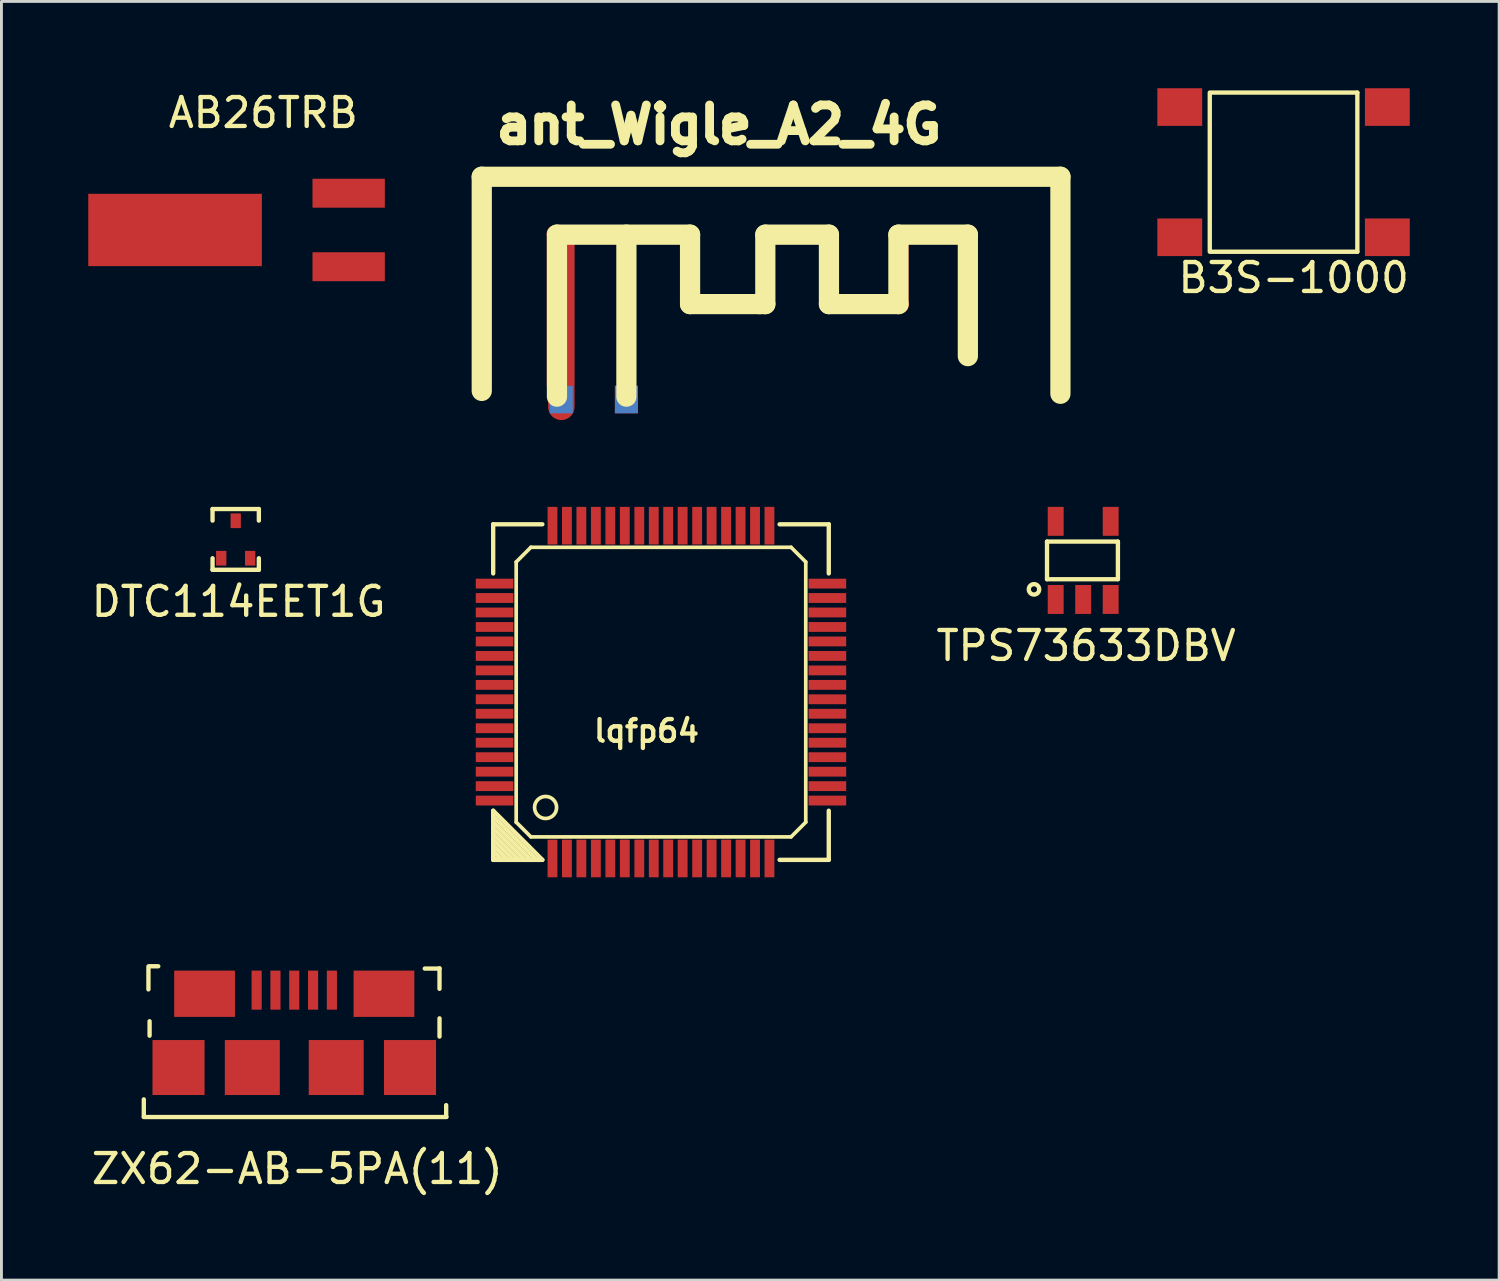
<source format=kicad_pcb>
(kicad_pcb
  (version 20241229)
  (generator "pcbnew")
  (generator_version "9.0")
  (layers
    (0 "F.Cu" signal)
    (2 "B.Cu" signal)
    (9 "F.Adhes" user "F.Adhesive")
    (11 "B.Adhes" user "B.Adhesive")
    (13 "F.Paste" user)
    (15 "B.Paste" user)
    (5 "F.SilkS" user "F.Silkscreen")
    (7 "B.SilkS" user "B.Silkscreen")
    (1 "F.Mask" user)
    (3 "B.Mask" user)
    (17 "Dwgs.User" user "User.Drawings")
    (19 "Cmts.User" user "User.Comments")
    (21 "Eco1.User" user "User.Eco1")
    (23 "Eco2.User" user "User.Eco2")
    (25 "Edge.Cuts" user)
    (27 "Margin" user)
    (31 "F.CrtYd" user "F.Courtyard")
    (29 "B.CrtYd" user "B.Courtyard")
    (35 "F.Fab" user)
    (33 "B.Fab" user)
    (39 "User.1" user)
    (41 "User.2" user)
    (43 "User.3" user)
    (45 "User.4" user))
  (footprint "ant_Wigle_A2_4G"
    (layer "F.Cu")
    (at 18.599 10.259)
    (property "Reference" "ant_Wigle_A2_4G" (at 3.2 -8.999 0) (layer "F.SilkS") (effects (font (size 1.24 1.24) (thickness 0.305))))
    (attr through_hole)
    (fp_line (start -2.499 -5.25) (end -2.499 0) (stroke (width 0.508) (type solid)) (layer "F.Cu"))
    (fp_line (start -2.499 -5.25) (end 2.25 -5.25) (stroke (width 0.508) (type solid)) (layer "F.Cu"))
    (fp_line (start -2.248 -4.999) (end -2.248 0.752) (stroke (width 0.914) (type solid)) (layer "F.Cu"))
    (fp_line (start 0 -4.501) (end 0 -5.25) (stroke (width 0.508) (type solid)) (layer "F.Cu"))
    (fp_line (start 0 0.5) (end 0 -4.501) (stroke (width 0.508) (type solid)) (layer "F.Cu"))
    (fp_line (start 2.25 -5.25) (end 2.25 -2.751) (stroke (width 0.508) (type solid)) (layer "F.Cu"))
    (fp_line (start 2.25 -2.751) (end 4.75 -2.751) (stroke (width 0.508) (type solid)) (layer "F.Cu"))
    (fp_line (start 4.75 -5.25) (end 7 -5.25) (stroke (width 0.508) (type solid)) (layer "F.Cu"))
    (fp_line (start 4.75 -2.751) (end 4.75 -5.25) (stroke (width 0.508) (type solid)) (layer "F.Cu"))
    (fp_line (start 7 -5.253) (end 7 -2.753) (stroke (width 0.508) (type solid)) (layer "F.Cu"))
    (fp_line (start 7.498 -2.753) (end 9.5 -2.753) (stroke (width 0.508) (type solid)) (layer "F.Cu"))
    (fp_line (start 7.498 -2.751) (end 6.998 -2.751) (stroke (width 0.508) (type solid)) (layer "F.Cu"))
    (fp_line (start 9.5 -5.253) (end 11.75 -5.253) (stroke (width 0.508) (type solid)) (layer "F.Cu"))
    (fp_line (start 9.5 -2.751) (end 9.5 -5.25) (stroke (width 0.508) (type solid)) (layer "F.Cu"))
    (fp_line (start 11.75 -5.25) (end 11.75 -2.751) (stroke (width 0.508) (type solid)) (layer "F.Cu"))
    (fp_line (start 11.75 -1.001) (end 11.75 -2.751) (stroke (width 0.508) (type solid)) (layer "F.Cu"))
    (fp_line (start -4.999 0.201) (end -4.999 -7.201) (stroke (width 0.699) (type solid)) (layer "F.SilkS"))
    (fp_line (start -2.4 -5.199) (end 2.2 -5.199) (stroke (width 0.699) (type solid)) (layer "F.SilkS"))
    (fp_line (start -2.4 0.399) (end -2.4 -5.199) (stroke (width 0.699) (type solid)) (layer "F.SilkS"))
    (fp_line (start 0 0.399) (end 0 -5.199) (stroke (width 0.699) (type solid)) (layer "F.SilkS"))
    (fp_line (start 2.2 -5.199) (end 2.2 -2.799) (stroke (width 0.699) (type solid)) (layer "F.SilkS"))
    (fp_line (start 2.2 -2.799) (end 4.6 -2.799) (stroke (width 0.699) (type solid)) (layer "F.SilkS"))
    (fp_line (start 4.6 -2.799) (end 4.801 -2.799) (stroke (width 0.699) (type solid)) (layer "F.SilkS"))
    (fp_line (start 4.801 -5.199) (end 7 -5.199) (stroke (width 0.699) (type solid)) (layer "F.SilkS"))
    (fp_line (start 4.801 -2.799) (end 4.801 -5.199) (stroke (width 0.699) (type solid)) (layer "F.SilkS"))
    (fp_line (start 7 -5.199) (end 7 -2.799) (stroke (width 0.699) (type solid)) (layer "F.SilkS"))
    (fp_line (start 7 -2.799) (end 9.401 -2.799) (stroke (width 0.699) (type solid)) (layer "F.SilkS"))
    (fp_line (start 9.401 -5.199) (end 11.801 -5.199) (stroke (width 0.699) (type solid)) (layer "F.SilkS"))
    (fp_line (start 9.401 -2.799) (end 9.401 -5.199) (stroke (width 0.699) (type solid)) (layer "F.SilkS"))
    (fp_line (start 11.801 -5.199) (end 11.801 -1.001) (stroke (width 0.699) (type solid)) (layer "F.SilkS"))
    (fp_line (start 15 -7.2) (end -5 -7.2) (stroke (width 0.699) (type solid)) (layer "F.SilkS"))
    (fp_line (start 15 -7.2) (end 15 0.3) (stroke (width 0.699) (type solid)) (layer "F.SilkS"))
    (pad "1" smd rect (at 0 0.5) (size 0.795 0.95) (layers "*.Cu" "F.Mask" "F.Paste"))
    (pad "2" smd rect (at -2.25 0.5) (size 0.795 0.95) (layers "*.Cu" "F.Mask" "F.Paste")))
  (footprint "ZX62-AB-5PA(11)"
    (layer "F.Cu")
    (at 7.12 33.845)
    (property "Reference" "ZX62-AB-5PA(11)" (at 0.1 3.5 0) (layer "F.SilkS") (effects (font (size 1 1) (thickness 0.15))))
    (attr through_hole)
    (fp_line (start -5.2 1.1) (end -5.2 1.7) (stroke (width 0.15) (type solid)) (layer "F.SilkS"))
    (fp_line (start -5.04 -2.7) (end -5.04 -3.49) (stroke (width 0.15) (type solid)) (layer "F.SilkS"))
    (fp_line (start -5.02 -3.5) (end -4.7 -3.5) (stroke (width 0.15) (type solid)) (layer "F.SilkS"))
    (fp_line (start -5 -1.6) (end -5 -1.1) (stroke (width 0.15) (type solid)) (layer "F.SilkS"))
    (fp_line (start 5.02 -3.42) (end 4.51 -3.42) (stroke (width 0.15) (type solid)) (layer "F.SilkS"))
    (fp_line (start 5.02 -2.72) (end 5.02 -3.43) (stroke (width 0.15) (type solid)) (layer "F.SilkS"))
    (fp_line (start 5.02 -1.07) (end 5.02 -1.7) (stroke (width 0.15) (type solid)) (layer "F.SilkS"))
    (fp_line (start 5.25 1.7) (end 5.25 1.3) (stroke (width 0.15) (type solid)) (layer "F.SilkS"))
    (fp_line (start 5.26 1.71) (end -5.2 1.71) (stroke (width 0.15) (type solid)) (layer "F.SilkS"))
    (pad "1" smd rect (at -1.3 -2.675) (size 0.35 1.35) (layers "F.Cu" "F.Mask" "F.Paste"))
    (pad "2" smd rect (at -0.65 -2.675) (size 0.35 1.35) (layers "F.Cu" "F.Mask" "F.Paste"))
    (pad "3" smd rect (at 0 -2.675) (size 0.35 1.35) (layers "F.Cu" "F.Mask" "F.Paste"))
    (pad "4" smd rect (at 0.65 -2.675) (size 0.35 1.35) (layers "F.Cu" "F.Mask" "F.Paste"))
    (pad "5" smd rect (at 1.3 -2.675) (size 0.35 1.35) (layers "F.Cu" "F.Mask" "F.Paste"))
    (pad "6" smd rect (at -3.1 -2.55) (size 2.1 1.6) (layers "F.Cu" "F.Mask" "F.Paste"))
    (pad "7" smd rect (at 1.45 0) (size 1.9 1.9) (layers "F.Cu" "F.Mask" "F.Paste"))
    (pad "7" smd rect (at 3.1 -2.55) (size 2.1 1.6) (layers "F.Cu" "F.Mask" "F.Paste"))
    (pad "7" smd rect (at 4 0) (size 1.8 1.9) (layers "F.Cu" "F.Mask"))
    (pad "8" smd rect (at -4 0) (size 1.8 1.9) (layers "F.Cu" "F.Mask"))
    (pad "9" smd rect (at -1.45 0) (size 1.9 1.9) (layers "F.Cu" "F.Mask" "F.Paste")))
  (footprint "B3S-1000"
    (layer "F.Cu")
    (at 41.311 2.9)
    (property "Reference" "B3S-1000" (at 0.35 3.65 0) (layer "F.SilkS") (effects (font (size 1 1) (thickness 0.15))))
    (attr through_hole)
    (fp_line (start -2.55 -2.75) (end 2.55 -2.75) (stroke (width 0.15) (type solid)) (layer "F.SilkS"))
    (fp_line (start -2.55 2.7) (end -2.55 -2.7) (stroke (width 0.15) (type solid)) (layer "F.SilkS"))
    (fp_line (start 2.55 -2.75) (end 2.55 2.75) (stroke (width 0.15) (type solid)) (layer "F.SilkS"))
    (fp_line (start 2.55 2.75) (end -2.55 2.75) (stroke (width 0.15) (type solid)) (layer "F.SilkS"))
    (pad "1" smd rect (at -3.587 2.25) (size 1.55 1.3) (layers "F.Cu" "F.Mask" "F.Paste"))
    (pad "1" smd rect (at 3.587 2.25) (size 1.55 1.3) (layers "F.Cu" "F.Mask" "F.Paste"))
    (pad "2" smd rect (at -3.587 -2.25) (size 1.55 1.3) (layers "F.Cu" "F.Mask" "F.Paste"))
    (pad "2" smd rect (at 3.587 -2.25) (size 1.55 1.3) (layers "F.Cu" "F.Mask" "F.Paste")))
  (footprint "DTC114EET1G"
    (layer "F.Cu")
    (at 5.096 16.243)
    (property "Reference" "DTC114EET1G" (at 0.1 1.5 0) (layer "F.SilkS") (effects (font (size 1 1) (thickness 0.15))))
    (attr through_hole)
    (fp_line (start -0.8 -1.7) (end 0.8 -1.7) (stroke (width 0.15) (type solid)) (layer "F.SilkS"))
    (fp_line (start -0.8 -1.3) (end -0.8 -1.7) (stroke (width 0.15) (type solid)) (layer "F.SilkS"))
    (fp_line (start -0.8 0) (end -0.8 0.4) (stroke (width 0.15) (type solid)) (layer "F.SilkS"))
    (fp_line (start -0.8 0.4) (end 0.8 0.4) (stroke (width 0.15) (type solid)) (layer "F.SilkS"))
    (fp_line (start 0.8 -1.7) (end 0.8 -1.3) (stroke (width 0.15) (type solid)) (layer "F.SilkS"))
    (fp_line (start 0.8 0.4) (end 0.8 0) (stroke (width 0.15) (type solid)) (layer "F.SilkS"))
    (pad "1" smd rect (at -0.5 0) (size 0.356 0.508) (layers "F.Cu" "F.Mask" "F.Paste"))
    (pad "2" smd rect (at 0.5 0) (size 0.356 0.508) (layers "F.Cu" "F.Mask" "F.Paste"))
    (pad "3" smd rect (at 0 -1.295) (size 0.356 0.508) (layers "F.Cu" "F.Mask" "F.Paste")))
  (footprint "TPS73633DBV"
    (layer "F.Cu")
    (at 34.386 16.318)
    (property "Reference" "TPS73633DBV" (at 0.1 2.95 0) (layer "F.SilkS") (effects (font (size 1 1) (thickness 0.15))))
    (attr through_hole)
    (fp_line (start -1.25 -0.65) (end -1.25 0.65) (stroke (width 0.15) (type solid)) (layer "F.SilkS"))
    (fp_line (start -1.25 0.65) (end 1.2 0.65) (stroke (width 0.15) (type solid)) (layer "F.SilkS"))
    (fp_line (start 1.2 -0.65) (end -1.25 -0.65) (stroke (width 0.15) (type solid)) (layer "F.SilkS"))
    (fp_line (start 1.2 -0.6) (end 1.2 -0.65) (stroke (width 0.15) (type solid)) (layer "F.SilkS"))
    (fp_line (start 1.2 0.65) (end 1.2 -0.6) (stroke (width 0.15) (type solid)) (layer "F.SilkS"))
    (fp_circle (center -1.7 1) (end -1.55 1.1) (stroke (width 0.15) (type solid)) (fill no) (layer "F.SilkS"))
    (pad "1" smd rect (at -0.95 1.35) (size 0.55 1) (layers "F.Cu" "F.Mask" "F.Paste"))
    (pad "2" smd rect (at 0 1.35) (size 0.55 1) (layers "F.Cu" "F.Mask" "F.Paste"))
    (pad "3" smd rect (at 0.95 1.35) (size 0.55 1) (layers "F.Cu" "F.Mask" "F.Paste"))
    (pad "4" smd rect (at 0.95 -1.35) (size 0.55 1) (layers "F.Cu" "F.Mask" "F.Paste"))
    (pad "5" smd rect (at -0.95 -1.35) (size 0.55 1) (layers "F.Cu" "F.Mask" "F.Paste")))
  (footprint "AB26TRB"
    (layer "F.Cu")
    (at 6 4.898)
    (property "Reference" "AB26TRB" (at 0.05 -4.05 0) (layer "F.SilkS") (effects (font (size 1 1) (thickness 0.15))))
    (attr through_hole)
    (pad "1" smd rect (at 3 1.27) (size 2.5 1) (layers "F.Cu" "F.Mask" "F.Paste"))
    (pad "2" smd rect (at 3 -1.27) (size 2.5 1) (layers "F.Cu" "F.Mask" "F.Paste"))
    (pad "3" smd rect (at -3 0) (size 6 2.5) (layers "F.Cu" "F.Mask" "F.Paste")))
  (footprint "lqfp64"
    (layer "F.Cu")
    (at 19.294 21.069)
    (property "Reference" "lqfp64" (at 0 1.143 0) (layer "F.SilkS") (effects (font (size 0.749 0.749) (thickness 0.15))))
    (attr smd)
    (fp_line (start -5.299 -5.999) (end -3.6 -5.999) (stroke (width 0.15) (type solid)) (layer "F.SilkS"))
    (fp_line (start -5.299 -4.3) (end -5.299 -5.999) (stroke (width 0.15) (type solid)) (layer "F.SilkS"))
    (fp_line (start -5.299 3.9) (end -3.6 5.599) (stroke (width 0.15) (type solid)) (layer "F.SilkS"))
    (fp_line (start -5.299 4.301) (end -4.001 5.599) (stroke (width 0.15) (type solid)) (layer "F.SilkS"))
    (fp_line (start -5.299 4.7) (end -4.4 5.599) (stroke (width 0.15) (type solid)) (layer "F.SilkS"))
    (fp_line (start -5.299 5.101) (end -4.801 5.599) (stroke (width 0.15) (type solid)) (layer "F.SilkS"))
    (fp_line (start -5.299 5.5) (end -5.2 5.599) (stroke (width 0.15) (type solid)) (layer "F.SilkS"))
    (fp_line (start -5.299 5.599) (end -5.299 3.9) (stroke (width 0.15) (type solid)) (layer "F.SilkS"))
    (fp_line (start -4.999 5.599) (end -5.299 5.299) (stroke (width 0.15) (type solid)) (layer "F.SilkS"))
    (fp_line (start -4.6 5.599) (end -5.299 4.9) (stroke (width 0.15) (type solid)) (layer "F.SilkS"))
    (fp_line (start -4.504 -4.696) (end -3.996 -5.204) (stroke (width 0.127) (type solid)) (layer "F.SilkS"))
    (fp_line (start -4.504 4.296) (end -4.504 -4.696) (stroke (width 0.127) (type solid)) (layer "F.SilkS"))
    (fp_line (start -4.199 5.599) (end -5.299 4.499) (stroke (width 0.15) (type solid)) (layer "F.SilkS"))
    (fp_line (start -3.996 -5.204) (end 4.996 -5.204) (stroke (width 0.127) (type solid)) (layer "F.SilkS"))
    (fp_line (start -3.996 4.804) (end -4.504 4.296) (stroke (width 0.127) (type solid)) (layer "F.SilkS"))
    (fp_line (start -3.8 5.599) (end -5.299 4.1) (stroke (width 0.15) (type solid)) (layer "F.SilkS"))
    (fp_line (start -3.6 5.599) (end -5.299 5.599) (stroke (width 0.15) (type solid)) (layer "F.SilkS"))
    (fp_line (start 4.6 -5.999) (end 6.299 -5.999) (stroke (width 0.15) (type solid)) (layer "F.SilkS"))
    (fp_line (start 4.996 -5.204) (end 5.504 -4.696) (stroke (width 0.127) (type solid)) (layer "F.SilkS"))
    (fp_line (start 4.996 4.804) (end -3.996 4.804) (stroke (width 0.127) (type solid)) (layer "F.SilkS"))
    (fp_line (start 5.504 4.296) (end 4.996 4.804) (stroke (width 0.127) (type solid)) (layer "F.SilkS"))
    (fp_line (start 5.504 4.296) (end 5.504 -4.696) (stroke (width 0.127) (type solid)) (layer "F.SilkS"))
    (fp_line (start 6.299 -5.999) (end 6.299 -4.3) (stroke (width 0.15) (type solid)) (layer "F.SilkS"))
    (fp_line (start 6.299 3.9) (end 6.299 5.599) (stroke (width 0.15) (type solid)) (layer "F.SilkS"))
    (fp_line (start 6.299 5.599) (end 4.6 5.599) (stroke (width 0.15) (type solid)) (layer "F.SilkS"))
    (fp_circle (center -3.488 3.788) (end -3.716 4.093) (stroke (width 0.127) (type solid)) (fill no) (layer "F.SilkS"))
    (pad "1" smd rect (at -3.249 5.551) (size 0.34 1.3) (layers "F.Cu" "F.Mask" "F.Paste"))
    (pad "2" smd rect (at -2.751 5.551) (size 0.34 1.3) (layers "F.Cu" "F.Mask" "F.Paste"))
    (pad "3" smd rect (at -2.251 5.551) (size 0.34 1.3) (layers "F.Cu" "F.Mask" "F.Paste"))
    (pad "4" smd rect (at -1.75 5.551) (size 0.34 1.3) (layers "F.Cu" "F.Mask" "F.Paste"))
    (pad "5" smd rect (at -1.25 5.551) (size 0.34 1.3) (layers "F.Cu" "F.Mask" "F.Paste"))
    (pad "6" smd rect (at -0.75 5.551) (size 0.34 1.3) (layers "F.Cu" "F.Mask" "F.Paste"))
    (pad "7" smd rect (at -0.249 5.551) (size 0.34 1.3) (layers "F.Cu" "F.Mask" "F.Paste"))
    (pad "8" smd rect (at 0.251 5.551) (size 0.34 1.3) (layers "F.Cu" "F.Mask" "F.Paste"))
    (pad "9" smd rect (at 0.749 5.551) (size 0.34 1.3) (layers "F.Cu" "F.Mask" "F.Paste"))
    (pad "10" smd rect (at 1.249 5.551) (size 0.34 1.3) (layers "F.Cu" "F.Mask" "F.Paste"))
    (pad "11" smd rect (at 1.75 5.551) (size 0.34 1.3) (layers "F.Cu" "F.Mask" "F.Paste"))
    (pad "12" smd rect (at 2.25 5.551) (size 0.34 1.3) (layers "F.Cu" "F.Mask" "F.Paste"))
    (pad "13" smd rect (at 2.75 5.551) (size 0.34 1.3) (layers "F.Cu" "F.Mask" "F.Paste"))
    (pad "14" smd rect (at 3.251 5.551) (size 0.34 1.3) (layers "F.Cu" "F.Mask" "F.Paste"))
    (pad "15" smd rect (at 3.751 5.551) (size 0.34 1.3) (layers "F.Cu" "F.Mask" "F.Paste"))
    (pad "16" smd rect (at 4.249 5.551) (size 0.34 1.3) (layers "F.Cu" "F.Mask" "F.Paste"))
    (pad "17" smd rect (at 6.251 3.549) (size 1.3 0.34) (layers "F.Cu" "F.Mask" "F.Paste"))
    (pad "18" smd rect (at 6.251 3.051) (size 1.3 0.34) (layers "F.Cu" "F.Mask" "F.Paste"))
    (pad "19" smd rect (at 6.251 2.551) (size 1.3 0.34) (layers "F.Cu" "F.Mask" "F.Paste"))
    (pad "20" smd rect (at 6.251 2.05) (size 1.3 0.34) (layers "F.Cu" "F.Mask" "F.Paste"))
    (pad "21" smd rect (at 6.251 1.55) (size 1.3 0.34) (layers "F.Cu" "F.Mask" "F.Paste"))
    (pad "22" smd rect (at 6.251 1.05) (size 1.3 0.34) (layers "F.Cu" "F.Mask" "F.Paste"))
    (pad "23" smd rect (at 6.251 0.549) (size 1.3 0.34) (layers "F.Cu" "F.Mask" "F.Paste"))
    (pad "24" smd rect (at 6.251 0.049) (size 1.3 0.34) (layers "F.Cu" "F.Mask" "F.Paste"))
    (pad "25" smd rect (at 6.251 -0.449) (size 1.3 0.34) (layers "F.Cu" "F.Mask" "F.Paste"))
    (pad "26" smd rect (at 6.251 -0.949) (size 1.3 0.34) (layers "F.Cu" "F.Mask" "F.Paste"))
    (pad "27" smd rect (at 6.251 -1.45) (size 1.3 0.34) (layers "F.Cu" "F.Mask" "F.Paste"))
    (pad "28" smd rect (at 6.251 -1.95) (size 1.3 0.34) (layers "F.Cu" "F.Mask" "F.Paste"))
    (pad "29" smd rect (at 6.251 -2.45) (size 1.3 0.34) (layers "F.Cu" "F.Mask" "F.Paste"))
    (pad "30" smd rect (at 6.251 -2.951) (size 1.3 0.34) (layers "F.Cu" "F.Mask" "F.Paste"))
    (pad "31" smd rect (at 6.251 -3.451) (size 1.3 0.34) (layers "F.Cu" "F.Mask" "F.Paste"))
    (pad "32" smd rect (at 6.251 -3.949) (size 1.3 0.34) (layers "F.Cu" "F.Mask" "F.Paste"))
    (pad "33" smd rect (at 4.249 -5.951) (size 0.34 1.3) (layers "F.Cu" "F.Mask" "F.Paste"))
    (pad "34" smd rect (at 3.751 -5.951) (size 0.34 1.3) (layers "F.Cu" "F.Mask" "F.Paste"))
    (pad "35" smd rect (at 3.251 -5.951) (size 0.34 1.3) (layers "F.Cu" "F.Mask" "F.Paste"))
    (pad "36" smd rect (at 2.75 -5.951) (size 0.34 1.3) (layers "F.Cu" "F.Mask" "F.Paste"))
    (pad "37" smd rect (at 2.25 -5.951) (size 0.34 1.3) (layers "F.Cu" "F.Mask" "F.Paste"))
    (pad "38" smd rect (at 1.75 -5.951) (size 0.34 1.3) (layers "F.Cu" "F.Mask" "F.Paste"))
    (pad "39" smd rect (at 1.249 -5.951) (size 0.34 1.3) (layers "F.Cu" "F.Mask" "F.Paste"))
    (pad "40" smd rect (at 0.749 -5.951) (size 0.34 1.3) (layers "F.Cu" "F.Mask" "F.Paste"))
    (pad "41" smd rect (at 0.251 -5.951) (size 0.34 1.3) (layers "F.Cu" "F.Mask" "F.Paste"))
    (pad "42" smd rect (at -0.249 -5.951) (size 0.34 1.3) (layers "F.Cu" "F.Mask" "F.Paste"))
    (pad "43" smd rect (at -0.75 -5.951) (size 0.34 1.3) (layers "F.Cu" "F.Mask" "F.Paste"))
    (pad "44" smd rect (at -1.25 -5.951) (size 0.34 1.3) (layers "F.Cu" "F.Mask" "F.Paste"))
    (pad "45" smd rect (at -1.75 -5.951) (size 0.34 1.3) (layers "F.Cu" "F.Mask" "F.Paste"))
    (pad "46" smd rect (at -2.251 -5.951) (size 0.34 1.3) (layers "F.Cu" "F.Mask" "F.Paste"))
    (pad "47" smd rect (at -2.751 -5.951) (size 0.34 1.3) (layers "F.Cu" "F.Mask" "F.Paste"))
    (pad "48" smd rect (at -3.249 -5.951) (size 0.34 1.3) (layers "F.Cu" "F.Mask" "F.Paste"))
    (pad "49" smd rect (at -5.251 -3.949) (size 1.3 0.34) (layers "F.Cu" "F.Mask" "F.Paste"))
    (pad "50" smd rect (at -5.251 -3.451) (size 1.3 0.34) (layers "F.Cu" "F.Mask" "F.Paste"))
    (pad "51" smd rect (at -5.251 -2.951) (size 1.3 0.34) (layers "F.Cu" "F.Mask" "F.Paste"))
    (pad "52" smd rect (at -5.251 -2.45) (size 1.3 0.34) (layers "F.Cu" "F.Mask" "F.Paste"))
    (pad "53" smd rect (at -5.251 -1.95) (size 1.3 0.34) (layers "F.Cu" "F.Mask" "F.Paste"))
    (pad "54" smd rect (at -5.251 -1.45) (size 1.3 0.34) (layers "F.Cu" "F.Mask" "F.Paste"))
    (pad "55" smd rect (at -5.251 -0.949) (size 1.3 0.34) (layers "F.Cu" "F.Mask" "F.Paste"))
    (pad "56" smd rect (at -5.251 -0.449) (size 1.3 0.34) (layers "F.Cu" "F.Mask" "F.Paste"))
    (pad "57" smd rect (at -5.251 0.049) (size 1.3 0.34) (layers "F.Cu" "F.Mask" "F.Paste"))
    (pad "58" smd rect (at -5.251 0.549) (size 1.3 0.34) (layers "F.Cu" "F.Mask" "F.Paste"))
    (pad "59" smd rect (at -5.251 1.05) (size 1.3 0.34) (layers "F.Cu" "F.Mask" "F.Paste"))
    (pad "60" smd rect (at -5.251 1.55) (size 1.3 0.34) (layers "F.Cu" "F.Mask" "F.Paste"))
    (pad "61" smd rect (at -5.251 2.05) (size 1.3 0.34) (layers "F.Cu" "F.Mask" "F.Paste"))
    (pad "62" smd rect (at -5.251 2.551) (size 1.3 0.34) (layers "F.Cu" "F.Mask" "F.Paste"))
    (pad "63" smd rect (at -5.251 3.051) (size 1.3 0.34) (layers "F.Cu" "F.Mask" "F.Paste"))
    (pad "64" smd rect (at -5.251 3.549) (size 1.3 0.34) (layers "F.Cu" "F.Mask" "F.Paste")))
  (gr_rect
    (start -3 -3)
    (end 48.762 41.193)
    (stroke (width 0.1) (type default))
    (fill no)
    (layer "Edge.Cuts")))
</source>
